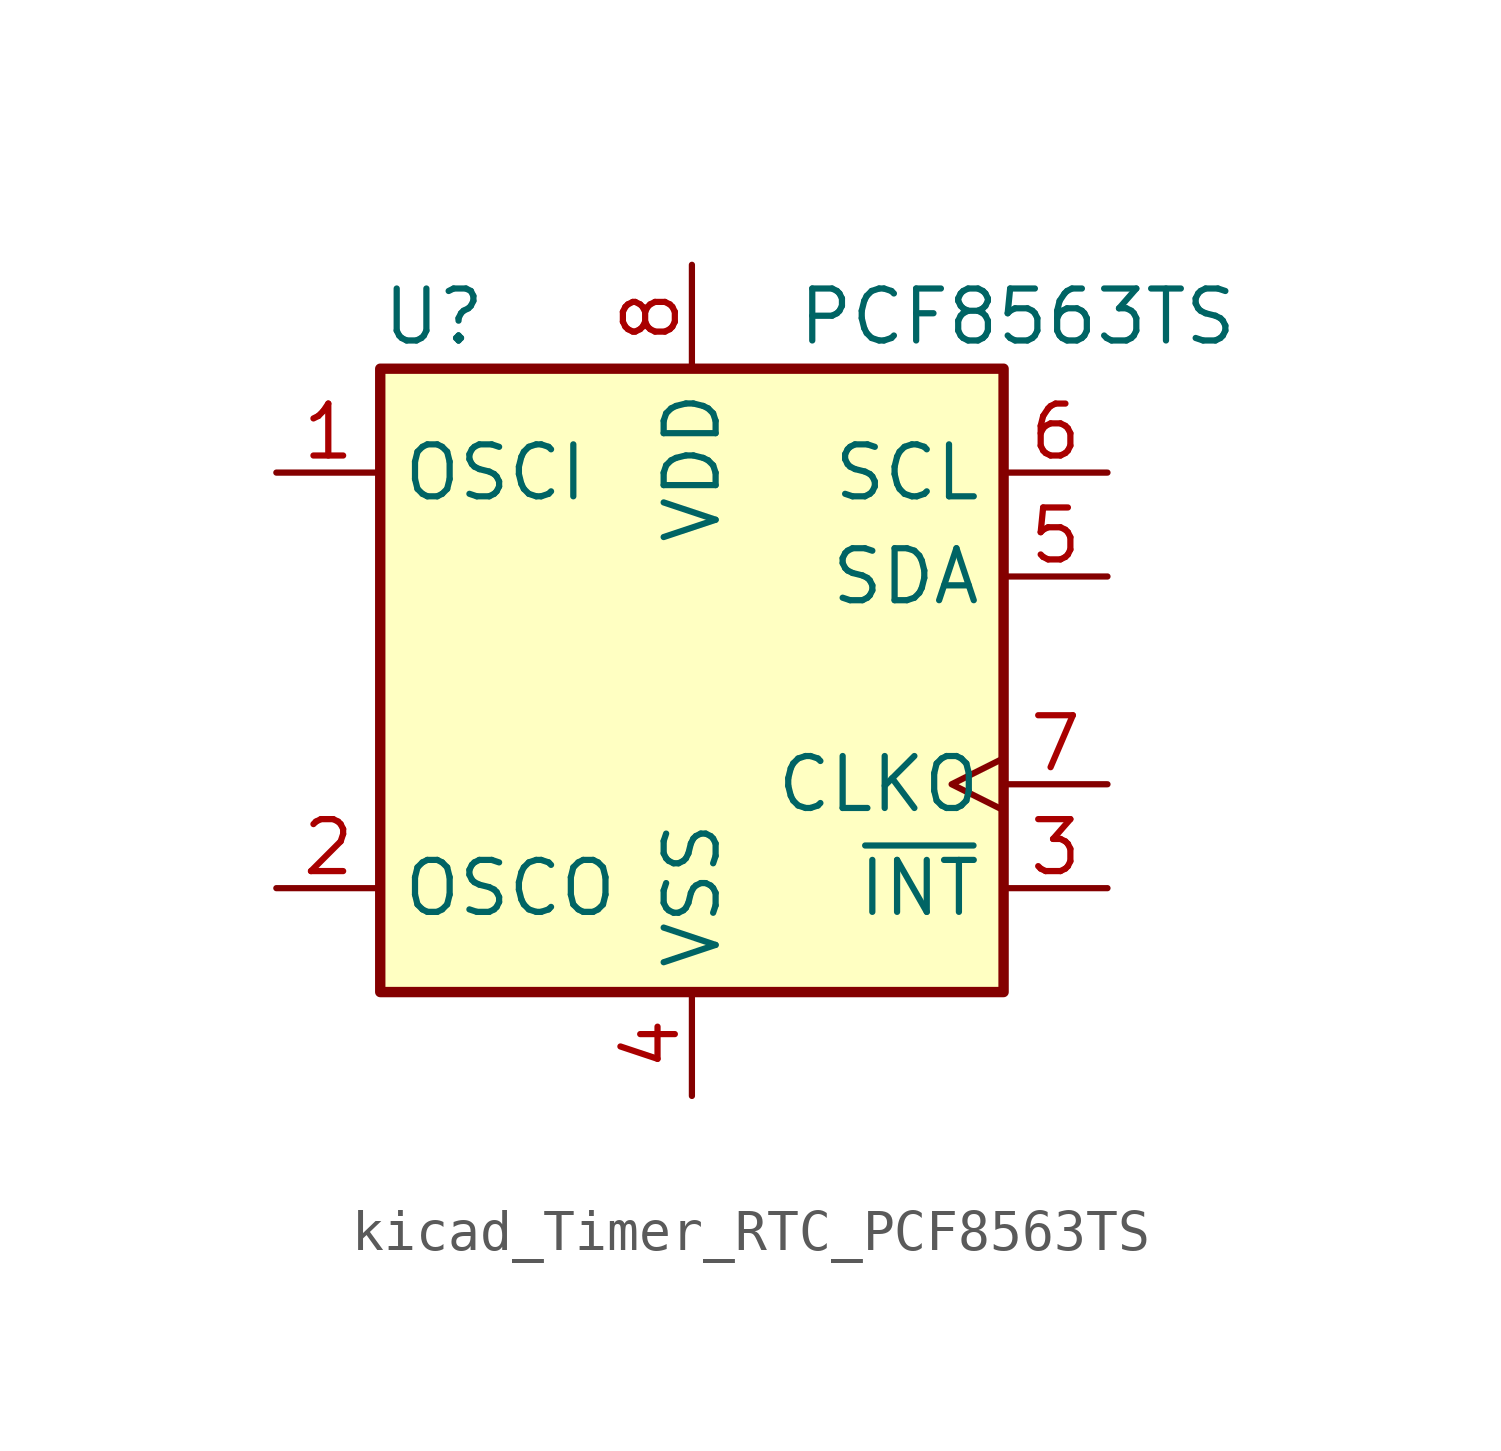
<source format=kicad_sym>
(kicad_symbol_lib
  (version 20220914)
  (generator kicad_symbol_editor)
  (symbol "kicad_Timer_RTC_PCF8563TS"
    (property "Reference" "U"
      (at -7.62 8.89 0)
      (effects (font (size 1.27 1.27)) (justify left)))
    (property "Value" "PCF8563TS"
      (at 2.54 8.89 0)
      (effects (font (size 1.27 1.27)) (justify left)))
    (symbol "kicad_Timer_RTC_PCF8563TS_0_1"
      (rectangle (start -7.62 7.62) (end 7.62 -7.62) (stroke (width 0.254) (type default)) (fill (type background))))
    (symbol "kicad_Timer_RTC_PCF8563TS_1_1"
      (pin input line (at -10.16 5.08 0) (length 2.54) (name "OSCI" (effects (font (size 1.27 1.27)))) (number "1" (effects (font (size 1.27 1.27)))))
      (pin output line (at -10.16 -5.08 0) (length 2.54) (name "OSCO" (effects (font (size 1.27 1.27)))) (number "2" (effects (font (size 1.27 1.27)))))
      (pin output line (at 10.16 -5.08 180) (length 2.54) (name "~{INT}" (effects (font (size 1.27 1.27)))) (number "3" (effects (font (size 1.27 1.27)))))
      (pin power_in line (at 0 -10.16 90) (length 2.54) (name "VSS" (effects (font (size 1.27 1.27)))) (number "4" (effects (font (size 1.27 1.27)))))
      (pin bidirectional line (at 10.16 2.54 180) (length 2.54) (name "SDA" (effects (font (size 1.27 1.27)))) (number "5" (effects (font (size 1.27 1.27)))))
      (pin input line (at 10.16 5.08 180) (length 2.54) (name "SCL" (effects (font (size 1.27 1.27)))) (number "6" (effects (font (size 1.27 1.27)))))
      (pin output clock (at 10.16 -2.54 180) (length 2.54) (name "CLKO" (effects (font (size 1.27 1.27)))) (number "7" (effects (font (size 1.27 1.27)))))
      (pin power_in line (at 0 10.16 270) (length 2.54) (name "VDD" (effects (font (size 1.27 1.27)))) (number "8" (effects (font (size 1.27 1.27))))))))
</source>
